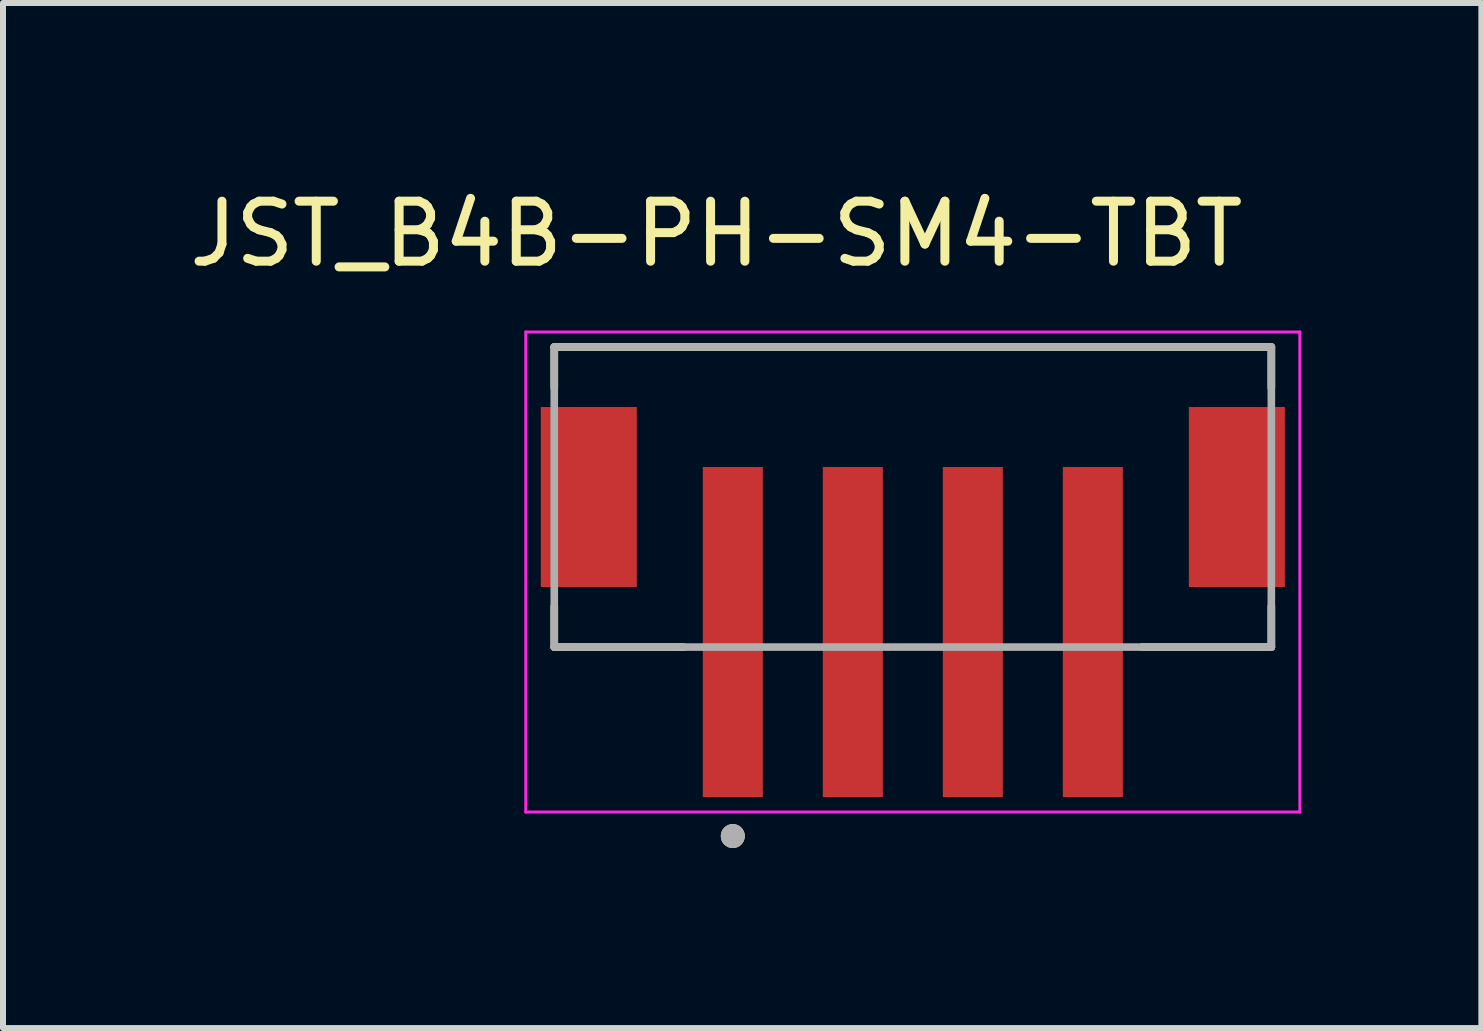
<source format=kicad_pcb>
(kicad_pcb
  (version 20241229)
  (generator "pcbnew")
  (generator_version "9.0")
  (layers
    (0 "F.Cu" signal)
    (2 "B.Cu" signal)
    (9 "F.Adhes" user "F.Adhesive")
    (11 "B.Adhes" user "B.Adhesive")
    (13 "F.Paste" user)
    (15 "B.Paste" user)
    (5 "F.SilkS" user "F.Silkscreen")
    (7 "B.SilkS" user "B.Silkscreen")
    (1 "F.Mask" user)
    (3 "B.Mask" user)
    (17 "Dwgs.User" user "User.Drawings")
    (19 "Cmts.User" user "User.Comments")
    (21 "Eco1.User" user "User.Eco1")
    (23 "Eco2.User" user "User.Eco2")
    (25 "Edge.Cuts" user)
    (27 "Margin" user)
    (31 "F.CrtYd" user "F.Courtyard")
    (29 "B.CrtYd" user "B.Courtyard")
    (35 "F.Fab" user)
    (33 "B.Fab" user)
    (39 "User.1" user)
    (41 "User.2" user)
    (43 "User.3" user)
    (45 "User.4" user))
  (footprint "JST_B4B-PH-SM4-TBT"
    (layer "F.Cu")
    (at 12.162 5.233)
    (property "Reference" "JST_B4B-PH-SM4-TBT" (at -3.275 -4.385 0) (layer "F.SilkS") (effects (font (size 1 1) (thickness 0.15))))
    (attr smd)
    (fp_line (start -5.975 -2.5) (end 5.975 -2.5) (stroke (width 0.127) (type solid)) (layer "F.SilkS"))
    (fp_line (start -5.975 -1.82) (end -5.975 -2.5) (stroke (width 0.127) (type solid)) (layer "F.SilkS"))
    (fp_line (start -5.975 2.5) (end -5.975 1.82) (stroke (width 0.127) (type solid)) (layer "F.SilkS"))
    (fp_line (start -3.82 2.5) (end -5.975 2.5) (stroke (width 0.127) (type solid)) (layer "F.SilkS"))
    (fp_line (start 5.975 -2.5) (end 5.975 -1.82) (stroke (width 0.127) (type solid)) (layer "F.SilkS"))
    (fp_line (start 5.975 2.5) (end 3.82 2.5) (stroke (width 0.127) (type solid)) (layer "F.SilkS"))
    (fp_line (start 5.975 2.5) (end 5.975 1.82) (stroke (width 0.127) (type solid)) (layer "F.SilkS"))
    (fp_circle (center -3 5.65) (end -2.9 5.65) (stroke (width 0.2) (type solid)) (fill no) (layer "F.SilkS"))
    (fp_line (start -6.45 -2.75) (end -6.45 5.25) (stroke (width 0.05) (type solid)) (layer "F.CrtYd"))
    (fp_line (start -6.45 5.25) (end 6.45 5.25) (stroke (width 0.05) (type solid)) (layer "F.CrtYd"))
    (fp_line (start 6.45 -2.75) (end -6.45 -2.75) (stroke (width 0.05) (type solid)) (layer "F.CrtYd"))
    (fp_line (start 6.45 5.25) (end 6.45 -2.75) (stroke (width 0.05) (type solid)) (layer "F.CrtYd"))
    (fp_line (start -5.975 -2.5) (end 5.975 -2.5) (stroke (width 0.127) (type solid)) (layer "F.Fab"))
    (fp_line (start -5.975 2.5) (end -5.975 -2.5) (stroke (width 0.127) (type solid)) (layer "F.Fab"))
    (fp_line (start 5.975 -2.5) (end 5.975 2.5) (stroke (width 0.127) (type solid)) (layer "F.Fab"))
    (fp_line (start 5.975 2.5) (end -5.975 2.5) (stroke (width 0.127) (type solid)) (layer "F.Fab"))
    (fp_circle (center -3 5.65) (end -2.9 5.65) (stroke (width 0.2) (type solid)) (fill no) (layer "F.Fab"))
    (pad "1" smd rect (at -3 2.25) (size 1 5.5) (layers "F.Cu" "F.Mask" "F.Paste"))
    (pad "2" smd rect (at -1 2.25) (size 1 5.5) (layers "F.Cu" "F.Mask" "F.Paste"))
    (pad "3" smd rect (at 1 2.25) (size 1 5.5) (layers "F.Cu" "F.Mask" "F.Paste"))
    (pad "4" smd rect (at 3 2.25) (size 1 5.5) (layers "F.Cu" "F.Mask" "F.Paste"))
    (pad "SH1" smd rect (at -5.4 0) (size 1.6 3) (layers "F.Cu" "F.Mask" "F.Paste"))
    (pad "SH2" smd rect (at 5.4 0) (size 1.6 3) (layers "F.Cu" "F.Mask" "F.Paste")))
  (gr_rect
    (start -3 -3)
    (end 21.637 14.083)
    (stroke (width 0.1) (type default))
    (fill no)
    (layer "Edge.Cuts")))
</source>
